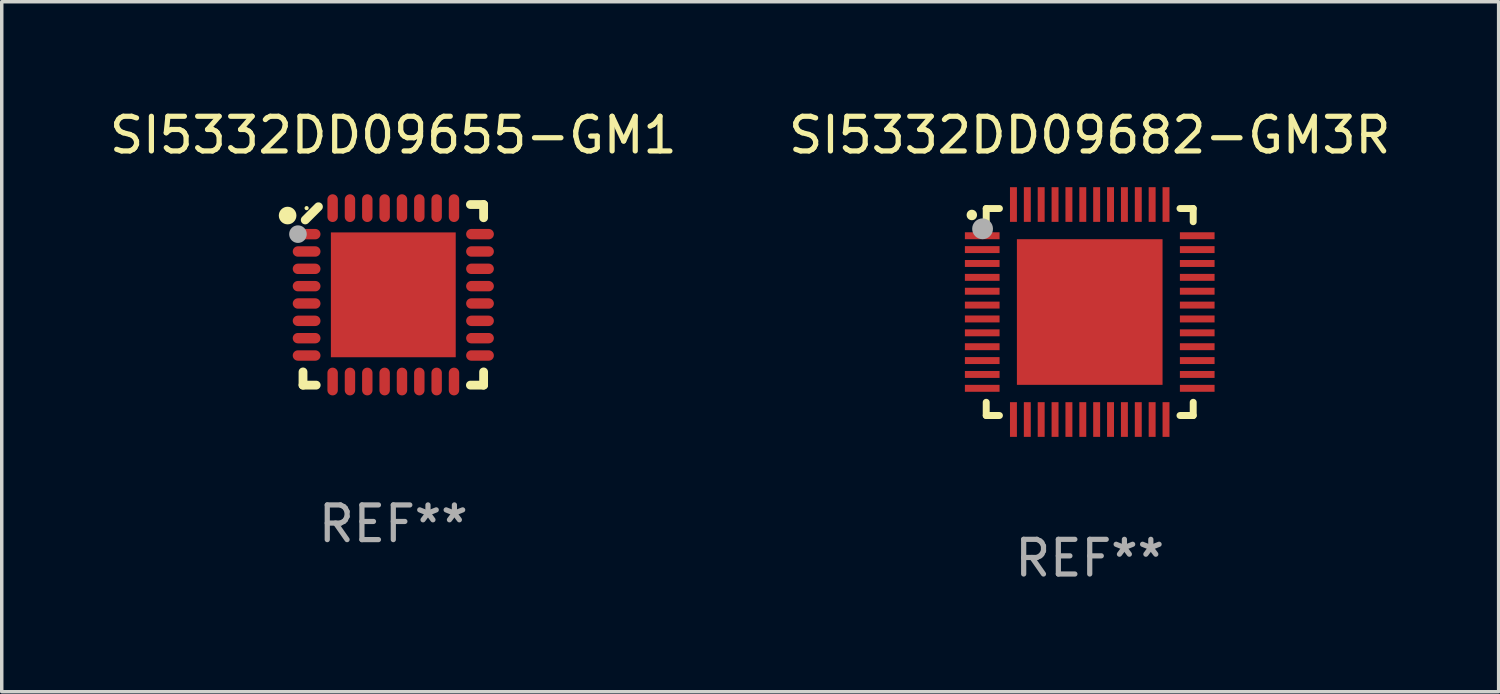
<source format=kicad_pcb>
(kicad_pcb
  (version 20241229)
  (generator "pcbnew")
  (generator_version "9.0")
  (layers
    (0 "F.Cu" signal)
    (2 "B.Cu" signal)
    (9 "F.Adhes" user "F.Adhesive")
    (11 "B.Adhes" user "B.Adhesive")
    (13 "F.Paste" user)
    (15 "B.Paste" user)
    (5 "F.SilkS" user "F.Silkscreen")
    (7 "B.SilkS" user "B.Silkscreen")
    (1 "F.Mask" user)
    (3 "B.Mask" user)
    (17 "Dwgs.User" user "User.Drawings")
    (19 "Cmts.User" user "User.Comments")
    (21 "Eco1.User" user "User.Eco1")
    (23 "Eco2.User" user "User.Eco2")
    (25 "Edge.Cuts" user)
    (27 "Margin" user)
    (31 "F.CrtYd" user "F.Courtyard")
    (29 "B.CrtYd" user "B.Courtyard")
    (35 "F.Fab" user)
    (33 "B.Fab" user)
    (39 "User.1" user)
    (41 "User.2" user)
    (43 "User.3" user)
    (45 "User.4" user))
  (footprint "SI5332DD09655-GM1"
    (layer "F.Cu")
    (at 8.292 5.452)
    (property "Reference" "SI5332DD09655-GM1" (at 0 -4.604 0) (layer "F.SilkS") (effects (font (size 1 1) (thickness 0.15))))
    (attr through_hole)
    (fp_line (start -2.604 2.223) (end -2.604 2.604) (stroke (width 0.254) (type solid)) (layer "F.SilkS"))
    (fp_line (start -2.604 2.604) (end -2.223 2.604) (stroke (width 0.254) (type solid)) (layer "F.SilkS"))
    (fp_line (start -2.159 -2.54) (end -2.54 -2.159) (stroke (width 0.254) (type solid)) (layer "F.SilkS"))
    (fp_line (start 2.223 2.604) (end 2.604 2.604) (stroke (width 0.254) (type solid)) (layer "F.SilkS"))
    (fp_line (start 2.604 -2.604) (end 2.223 -2.604) (stroke (width 0.254) (type solid)) (layer "F.SilkS"))
    (fp_line (start 2.604 -2.223) (end 2.604 -2.604) (stroke (width 0.254) (type solid)) (layer "F.SilkS"))
    (fp_line (start 2.604 2.604) (end 2.604 2.223) (stroke (width 0.254) (type solid)) (layer "F.SilkS"))
    (fp_circle (center -3.048 -2.286) (end -2.921 -2.286) (stroke (width 0.254) (type solid)) (fill no) (layer "F.SilkS"))
    (fp_circle (center -2.5 -2.5) (end -2.47 -2.5) (stroke (width 0.06) (type solid)) (fill no) (layer "F.SilkS"))
    (fp_circle (center -2.75 -1.75) (end -2.623 -1.75) (stroke (width 0.254) (type solid)) (fill no) (layer "F.Fab"))
    (fp_text user "REF**" (at 0 6.604 0) (layer "F.Fab") (effects (font (size 1 1) (thickness 0.15))))
    (pad "1" smd oval (at -2.5 -1.75) (size 0.8 0.3) (layers "F.Cu" "F.Mask" "F.Paste"))
    (pad "2" smd oval (at -2.5 -1.25) (size 0.8 0.3) (layers "F.Cu" "F.Mask" "F.Paste"))
    (pad "3" smd oval (at -2.5 -0.75) (size 0.8 0.3) (layers "F.Cu" "F.Mask" "F.Paste"))
    (pad "4" smd oval (at -2.5 -0.25) (size 0.8 0.3) (layers "F.Cu" "F.Mask" "F.Paste"))
    (pad "5" smd oval (at -2.5 0.25) (size 0.8 0.3) (layers "F.Cu" "F.Mask" "F.Paste"))
    (pad "6" smd oval (at -2.5 0.75) (size 0.8 0.3) (layers "F.Cu" "F.Mask" "F.Paste"))
    (pad "7" smd oval (at -2.5 1.25) (size 0.8 0.3) (layers "F.Cu" "F.Mask" "F.Paste"))
    (pad "8" smd oval (at -2.5 1.75) (size 0.8 0.3) (layers "F.Cu" "F.Mask" "F.Paste"))
    (pad "9" smd oval (at -1.75 2.5) (size 0.3 0.8) (layers "F.Cu" "F.Mask" "F.Paste"))
    (pad "10" smd oval (at -1.25 2.5) (size 0.3 0.8) (layers "F.Cu" "F.Mask" "F.Paste"))
    (pad "11" smd oval (at -0.75 2.5) (size 0.3 0.8) (layers "F.Cu" "F.Mask" "F.Paste"))
    (pad "12" smd oval (at -0.25 2.5) (size 0.3 0.8) (layers "F.Cu" "F.Mask" "F.Paste"))
    (pad "13" smd oval (at 0.25 2.5) (size 0.3 0.8) (layers "F.Cu" "F.Mask" "F.Paste"))
    (pad "14" smd oval (at 0.75 2.5) (size 0.3 0.8) (layers "F.Cu" "F.Mask" "F.Paste"))
    (pad "15" smd oval (at 1.25 2.5) (size 0.3 0.8) (layers "F.Cu" "F.Mask" "F.Paste"))
    (pad "16" smd oval (at 1.75 2.5) (size 0.3 0.8) (layers "F.Cu" "F.Mask" "F.Paste"))
    (pad "17" smd oval (at 2.5 1.75) (size 0.8 0.3) (layers "F.Cu" "F.Mask" "F.Paste"))
    (pad "18" smd oval (at 2.5 1.25) (size 0.8 0.3) (layers "F.Cu" "F.Mask" "F.Paste"))
    (pad "19" smd oval (at 2.5 0.75) (size 0.8 0.3) (layers "F.Cu" "F.Mask" "F.Paste"))
    (pad "20" smd oval (at 2.5 0.25) (size 0.8 0.3) (layers "F.Cu" "F.Mask" "F.Paste"))
    (pad "21" smd oval (at 2.5 -0.25) (size 0.8 0.3) (layers "F.Cu" "F.Mask" "F.Paste"))
    (pad "22" smd oval (at 2.5 -0.75) (size 0.8 0.3) (layers "F.Cu" "F.Mask" "F.Paste"))
    (pad "23" smd oval (at 2.5 -1.25) (size 0.8 0.3) (layers "F.Cu" "F.Mask" "F.Paste"))
    (pad "24" smd oval (at 2.5 -1.75) (size 0.8 0.3) (layers "F.Cu" "F.Mask" "F.Paste"))
    (pad "25" smd oval (at 1.75 -2.5) (size 0.3 0.8) (layers "F.Cu" "F.Mask" "F.Paste"))
    (pad "26" smd oval (at 1.25 -2.5) (size 0.3 0.8) (layers "F.Cu" "F.Mask" "F.Paste"))
    (pad "27" smd oval (at 0.75 -2.5) (size 0.3 0.8) (layers "F.Cu" "F.Mask" "F.Paste"))
    (pad "28" smd oval (at 0.25 -2.5) (size 0.3 0.8) (layers "F.Cu" "F.Mask" "F.Paste"))
    (pad "29" smd oval (at -0.25 -2.5) (size 0.3 0.8) (layers "F.Cu" "F.Mask" "F.Paste"))
    (pad "30" smd oval (at -0.75 -2.5) (size 0.3 0.8) (layers "F.Cu" "F.Mask" "F.Paste"))
    (pad "31" smd oval (at -1.25 -2.5) (size 0.3 0.8) (layers "F.Cu" "F.Mask" "F.Paste"))
    (pad "32" smd oval (at -1.75 -2.5) (size 0.3 0.8) (layers "F.Cu" "F.Mask" "F.Paste"))
    (pad "33" smd rect (at -0.000076 0) (size 3.6 3.6) (layers "F.Cu" "F.Mask" "F.Paste")))
  (footprint "SI5332DD09682-GM3R"
    (layer "F.Cu")
    (at 28.375 5.948)
    (property "Reference" "SI5332DD09682-GM3R" (at 0 -5.1 0) (layer "F.SilkS") (effects (font (size 1 1) (thickness 0.15))))
    (attr through_hole)
    (fp_line (start -2.985 -2.985) (end -2.604 -2.985) (stroke (width 0.2) (type solid)) (layer "F.SilkS"))
    (fp_line (start -2.985 -2.604) (end -2.985 -2.985) (stroke (width 0.2) (type solid)) (layer "F.SilkS"))
    (fp_line (start -2.985 2.984) (end -2.985 2.603) (stroke (width 0.2) (type solid)) (layer "F.SilkS"))
    (fp_line (start -2.604 2.984) (end -2.985 2.984) (stroke (width 0.2) (type solid)) (layer "F.SilkS"))
    (fp_line (start 2.603 -2.985) (end 2.984 -2.985) (stroke (width 0.2) (type solid)) (layer "F.SilkS"))
    (fp_line (start 2.984 -2.985) (end 2.984 -2.604) (stroke (width 0.2) (type solid)) (layer "F.SilkS"))
    (fp_line (start 2.984 2.603) (end 2.984 2.984) (stroke (width 0.2) (type solid)) (layer "F.SilkS"))
    (fp_line (start 2.984 2.984) (end 2.603 2.984) (stroke (width 0.2) (type solid)) (layer "F.SilkS"))
    (fp_arc (start -3.400076 -2.797562) (mid -3.400081 -2.798806) (end -3.400076 -2.800051) (stroke (width 0.3) (type solid)) (layer "F.SilkS"))
    (fp_circle (center -3 -3) (end -2.97 -3) (stroke (width 0.06) (type solid)) (fill no) (layer "F.SilkS"))
    (fp_circle (center -3.09 -2.4) (end -2.94 -2.4) (stroke (width 0.3) (type solid)) (fill no) (layer "F.Fab"))
    (fp_text user "REF**" (at 0 7.1 0) (layer "F.Fab") (effects (font (size 1 1) (thickness 0.15))))
    (pad "1" smd rect (at -3.1 -2.2) (size 1 0.2) (layers "F.Cu" "F.Mask" "F.Paste"))
    (pad "2" smd rect (at -3.1 -1.8) (size 1 0.2) (layers "F.Cu" "F.Mask" "F.Paste"))
    (pad "3" smd rect (at -3.1 -1.4) (size 1 0.2) (layers "F.Cu" "F.Mask" "F.Paste"))
    (pad "4" smd rect (at -3.1 -1) (size 1 0.2) (layers "F.Cu" "F.Mask" "F.Paste"))
    (pad "5" smd rect (at -3.1 -0.6) (size 1 0.2) (layers "F.Cu" "F.Mask" "F.Paste"))
    (pad "6" smd rect (at -3.1 -0.2) (size 1 0.2) (layers "F.Cu" "F.Mask" "F.Paste"))
    (pad "7" smd rect (at -3.1 0.2) (size 1 0.2) (layers "F.Cu" "F.Mask" "F.Paste"))
    (pad "8" smd rect (at -3.1 0.6) (size 1 0.2) (layers "F.Cu" "F.Mask" "F.Paste"))
    (pad "9" smd rect (at -3.1 1) (size 1 0.2) (layers "F.Cu" "F.Mask" "F.Paste"))
    (pad "10" smd rect (at -3.1 1.4) (size 1 0.2) (layers "F.Cu" "F.Mask" "F.Paste"))
    (pad "11" smd rect (at -3.1 1.8) (size 1 0.2) (layers "F.Cu" "F.Mask" "F.Paste"))
    (pad "12" smd rect (at -3.1 2.2) (size 1 0.2) (layers "F.Cu" "F.Mask" "F.Paste"))
    (pad "13" smd rect (at -2.2 3.1) (size 0.2 1) (layers "F.Cu" "F.Mask" "F.Paste"))
    (pad "14" smd rect (at -1.8 3.1) (size 0.2 1) (layers "F.Cu" "F.Mask" "F.Paste"))
    (pad "15" smd rect (at -1.4 3.1) (size 0.2 1) (layers "F.Cu" "F.Mask" "F.Paste"))
    (pad "16" smd rect (at -1 3.1) (size 0.2 1) (layers "F.Cu" "F.Mask" "F.Paste"))
    (pad "17" smd rect (at -0.6 3.1) (size 0.2 1) (layers "F.Cu" "F.Mask" "F.Paste"))
    (pad "18" smd rect (at -0.2 3.1) (size 0.2 1) (layers "F.Cu" "F.Mask" "F.Paste"))
    (pad "19" smd rect (at 0.2 3.1) (size 0.2 1) (layers "F.Cu" "F.Mask" "F.Paste"))
    (pad "20" smd rect (at 0.6 3.1) (size 0.2 1) (layers "F.Cu" "F.Mask" "F.Paste"))
    (pad "21" smd rect (at 1 3.1) (size 0.2 1) (layers "F.Cu" "F.Mask" "F.Paste"))
    (pad "22" smd rect (at 1.4 3.1) (size 0.2 1) (layers "F.Cu" "F.Mask" "F.Paste"))
    (pad "23" smd rect (at 1.8 3.1) (size 0.2 1) (layers "F.Cu" "F.Mask" "F.Paste"))
    (pad "24" smd rect (at 2.2 3.1) (size 0.2 1) (layers "F.Cu" "F.Mask" "F.Paste"))
    (pad "25" smd rect (at 3.1 2.2) (size 1 0.2) (layers "F.Cu" "F.Mask" "F.Paste"))
    (pad "26" smd rect (at 3.1 1.8) (size 1 0.2) (layers "F.Cu" "F.Mask" "F.Paste"))
    (pad "27" smd rect (at 3.1 1.4) (size 1 0.2) (layers "F.Cu" "F.Mask" "F.Paste"))
    (pad "28" smd rect (at 3.1 1) (size 1 0.2) (layers "F.Cu" "F.Mask" "F.Paste"))
    (pad "29" smd rect (at 3.1 0.6) (size 1 0.2) (layers "F.Cu" "F.Mask" "F.Paste"))
    (pad "30" smd rect (at 3.1 0.2) (size 1 0.2) (layers "F.Cu" "F.Mask" "F.Paste"))
    (pad "31" smd rect (at 3.1 -0.2) (size 1 0.2) (layers "F.Cu" "F.Mask" "F.Paste"))
    (pad "32" smd rect (at 3.1 -0.6) (size 1 0.2) (layers "F.Cu" "F.Mask" "F.Paste"))
    (pad "33" smd rect (at 3.1 -1) (size 1 0.2) (layers "F.Cu" "F.Mask" "F.Paste"))
    (pad "34" smd rect (at 3.1 -1.4) (size 1 0.2) (layers "F.Cu" "F.Mask" "F.Paste"))
    (pad "35" smd rect (at 3.1 -1.8) (size 1 0.2) (layers "F.Cu" "F.Mask" "F.Paste"))
    (pad "36" smd rect (at 3.1 -2.2) (size 1 0.2) (layers "F.Cu" "F.Mask" "F.Paste"))
    (pad "37" smd rect (at 2.2 -3.1) (size 0.2 1) (layers "F.Cu" "F.Mask" "F.Paste"))
    (pad "38" smd rect (at 1.8 -3.1) (size 0.2 1) (layers "F.Cu" "F.Mask" "F.Paste"))
    (pad "39" smd rect (at 1.4 -3.1) (size 0.2 1) (layers "F.Cu" "F.Mask" "F.Paste"))
    (pad "40" smd rect (at 1 -3.1) (size 0.2 1) (layers "F.Cu" "F.Mask" "F.Paste"))
    (pad "41" smd rect (at 0.6 -3.1) (size 0.2 1) (layers "F.Cu" "F.Mask" "F.Paste"))
    (pad "42" smd rect (at 0.2 -3.1) (size 0.2 1) (layers "F.Cu" "F.Mask" "F.Paste"))
    (pad "43" smd rect (at -0.2 -3.1) (size 0.2 1) (layers "F.Cu" "F.Mask" "F.Paste"))
    (pad "44" smd rect (at -0.6 -3.1) (size 0.2 1) (layers "F.Cu" "F.Mask" "F.Paste"))
    (pad "45" smd rect (at -1 -3.1) (size 0.2 1) (layers "F.Cu" "F.Mask" "F.Paste"))
    (pad "46" smd rect (at -1.4 -3.1) (size 0.2 1) (layers "F.Cu" "F.Mask" "F.Paste"))
    (pad "47" smd rect (at -1.8 -3.1) (size 0.2 1) (layers "F.Cu" "F.Mask" "F.Paste"))
    (pad "48" smd rect (at -2.2 -3.1) (size 0.2 1) (layers "F.Cu" "F.Mask" "F.Paste"))
    (pad "49" smd rect (at -0.000127 0) (size 4.2 4.2) (layers "F.Cu" "F.Mask" "F.Paste")))
  (gr_rect
    (start -3 -3)
    (end 40.167 16.897)
    (stroke (width 0.1) (type default))
    (fill no)
    (layer "Edge.Cuts")))
</source>
